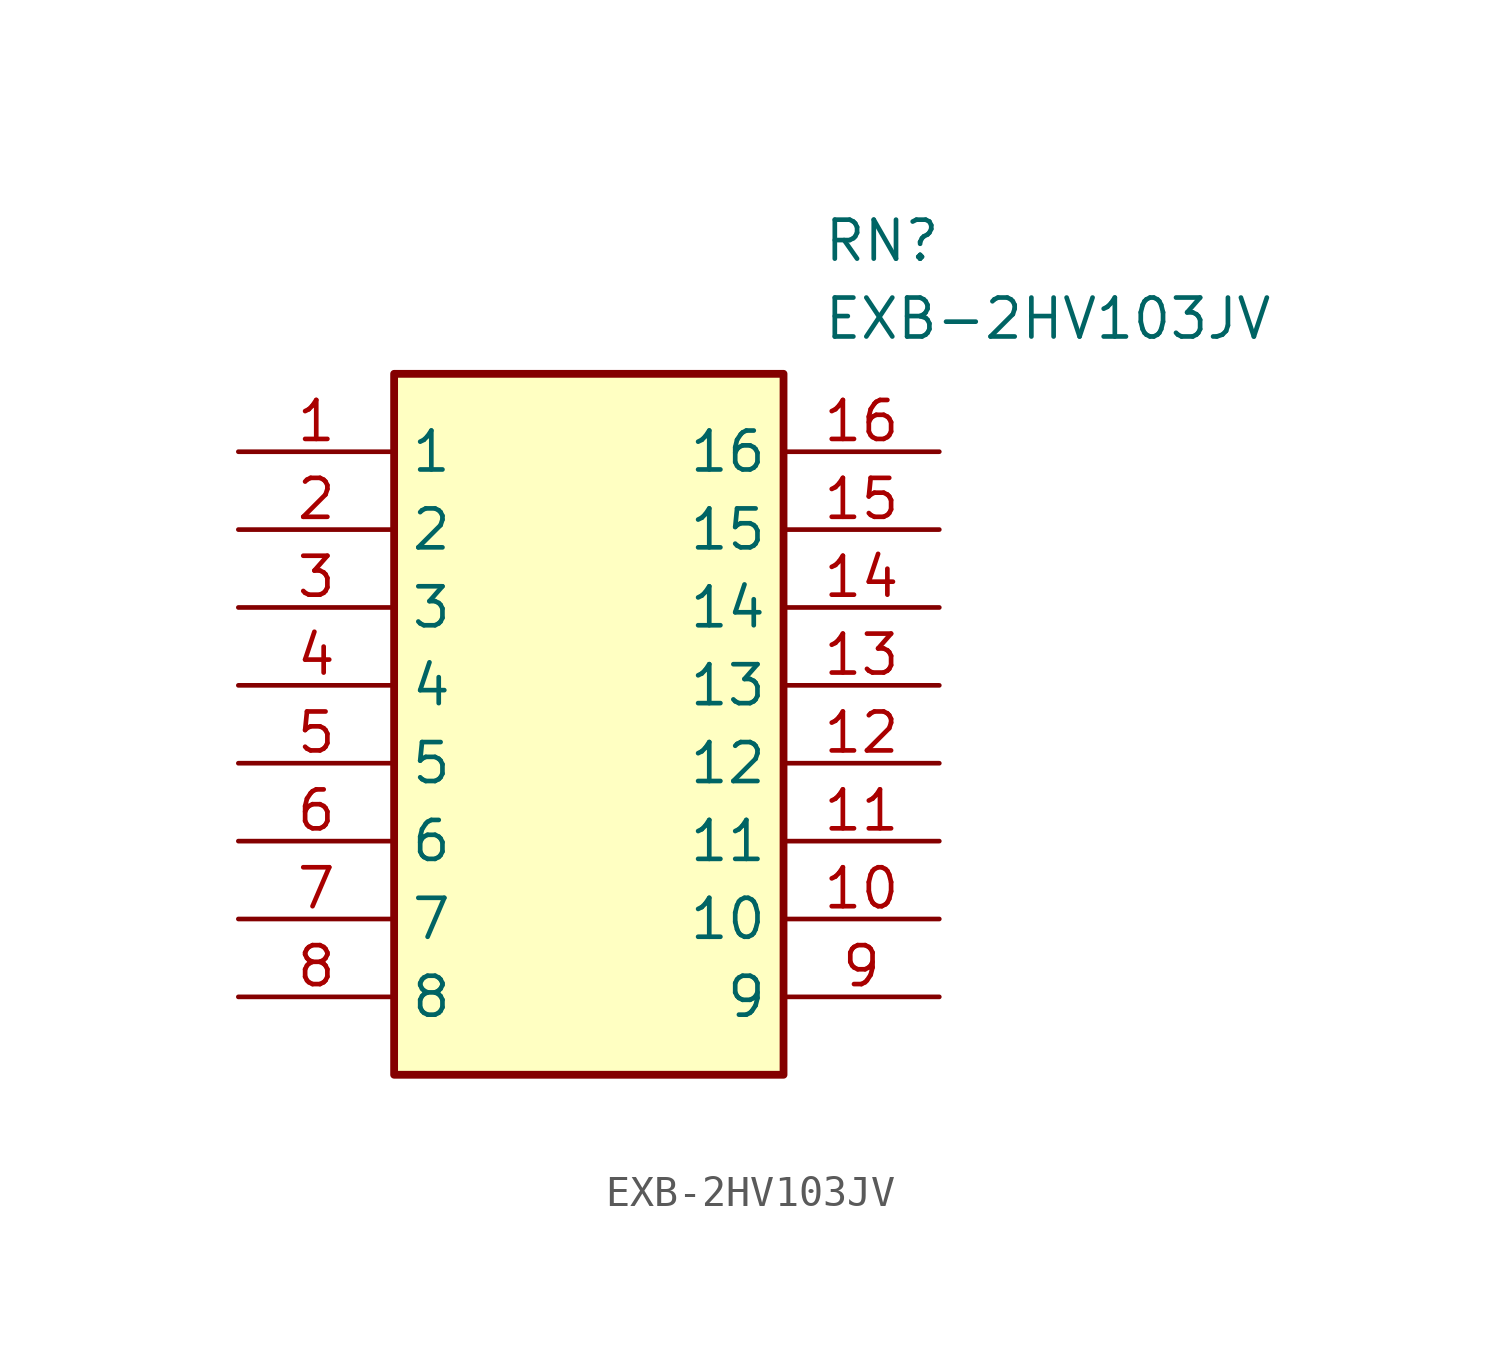
<source format=kicad_sym>
(kicad_symbol_lib
  (version 20211014)
  (generator SamacSys_ECAD_Model)
  (symbol "EXB-2HV103JV"
    (property "Reference" "RN"
      (at 19.05 7.62 0)
      (effects (font (size 1.27 1.27)) (justify left top)))
    (property "Value" "EXB-2HV103JV"
      (at 19.05 5.08 0)
      (effects (font (size 1.27 1.27)) (justify left top)))
    (rectangle
      (start 5.08 2.54)
      (end 17.78 -20.32)
      (stroke (width 0.254) (type default))
      (fill (type background)))
    (pin passive line
      (at 0 0 0)
      (length 5.08)
      (name "1" (effects (font (size 1.27 1.27))))
      (number "1" (effects (font (size 1.27 1.27)))))
    (pin passive line
      (at 0 -2.54 0)
      (length 5.08)
      (name "2" (effects (font (size 1.27 1.27))))
      (number "2" (effects (font (size 1.27 1.27)))))
    (pin passive line
      (at 0 -5.08 0)
      (length 5.08)
      (name "3" (effects (font (size 1.27 1.27))))
      (number "3" (effects (font (size 1.27 1.27)))))
    (pin passive line
      (at 0 -7.62 0)
      (length 5.08)
      (name "4" (effects (font (size 1.27 1.27))))
      (number "4" (effects (font (size 1.27 1.27)))))
    (pin passive line
      (at 0 -10.16 0)
      (length 5.08)
      (name "5" (effects (font (size 1.27 1.27))))
      (number "5" (effects (font (size 1.27 1.27)))))
    (pin passive line
      (at 0 -12.7 0)
      (length 5.08)
      (name "6" (effects (font (size 1.27 1.27))))
      (number "6" (effects (font (size 1.27 1.27)))))
    (pin passive line
      (at 0 -15.24 0)
      (length 5.08)
      (name "7" (effects (font (size 1.27 1.27))))
      (number "7" (effects (font (size 1.27 1.27)))))
    (pin passive line
      (at 0 -17.78 0)
      (length 5.08)
      (name "8" (effects (font (size 1.27 1.27))))
      (number "8" (effects (font (size 1.27 1.27)))))
    (pin passive line
      (at 22.86 -17.78 180)
      (length 5.08)
      (name "9" (effects (font (size 1.27 1.27))))
      (number "9" (effects (font (size 1.27 1.27)))))
    (pin passive line
      (at 22.86 -15.24 180)
      (length 5.08)
      (name "10" (effects (font (size 1.27 1.27))))
      (number "10" (effects (font (size 1.27 1.27)))))
    (pin passive line
      (at 22.86 -12.7 180)
      (length 5.08)
      (name "11" (effects (font (size 1.27 1.27))))
      (number "11" (effects (font (size 1.27 1.27)))))
    (pin passive line
      (at 22.86 -10.16 180)
      (length 5.08)
      (name "12" (effects (font (size 1.27 1.27))))
      (number "12" (effects (font (size 1.27 1.27)))))
    (pin passive line
      (at 22.86 -7.62 180)
      (length 5.08)
      (name "13" (effects (font (size 1.27 1.27))))
      (number "13" (effects (font (size 1.27 1.27)))))
    (pin passive line
      (at 22.86 -5.08 180)
      (length 5.08)
      (name "14" (effects (font (size 1.27 1.27))))
      (number "14" (effects (font (size 1.27 1.27)))))
    (pin passive line
      (at 22.86 -2.54 180)
      (length 5.08)
      (name "15" (effects (font (size 1.27 1.27))))
      (number "15" (effects (font (size 1.27 1.27)))))
    (pin passive line
      (at 22.86 0 180)
      (length 5.08)
      (name "16" (effects (font (size 1.27 1.27))))
      (number "16" (effects (font (size 1.27 1.27)))))))
</source>
